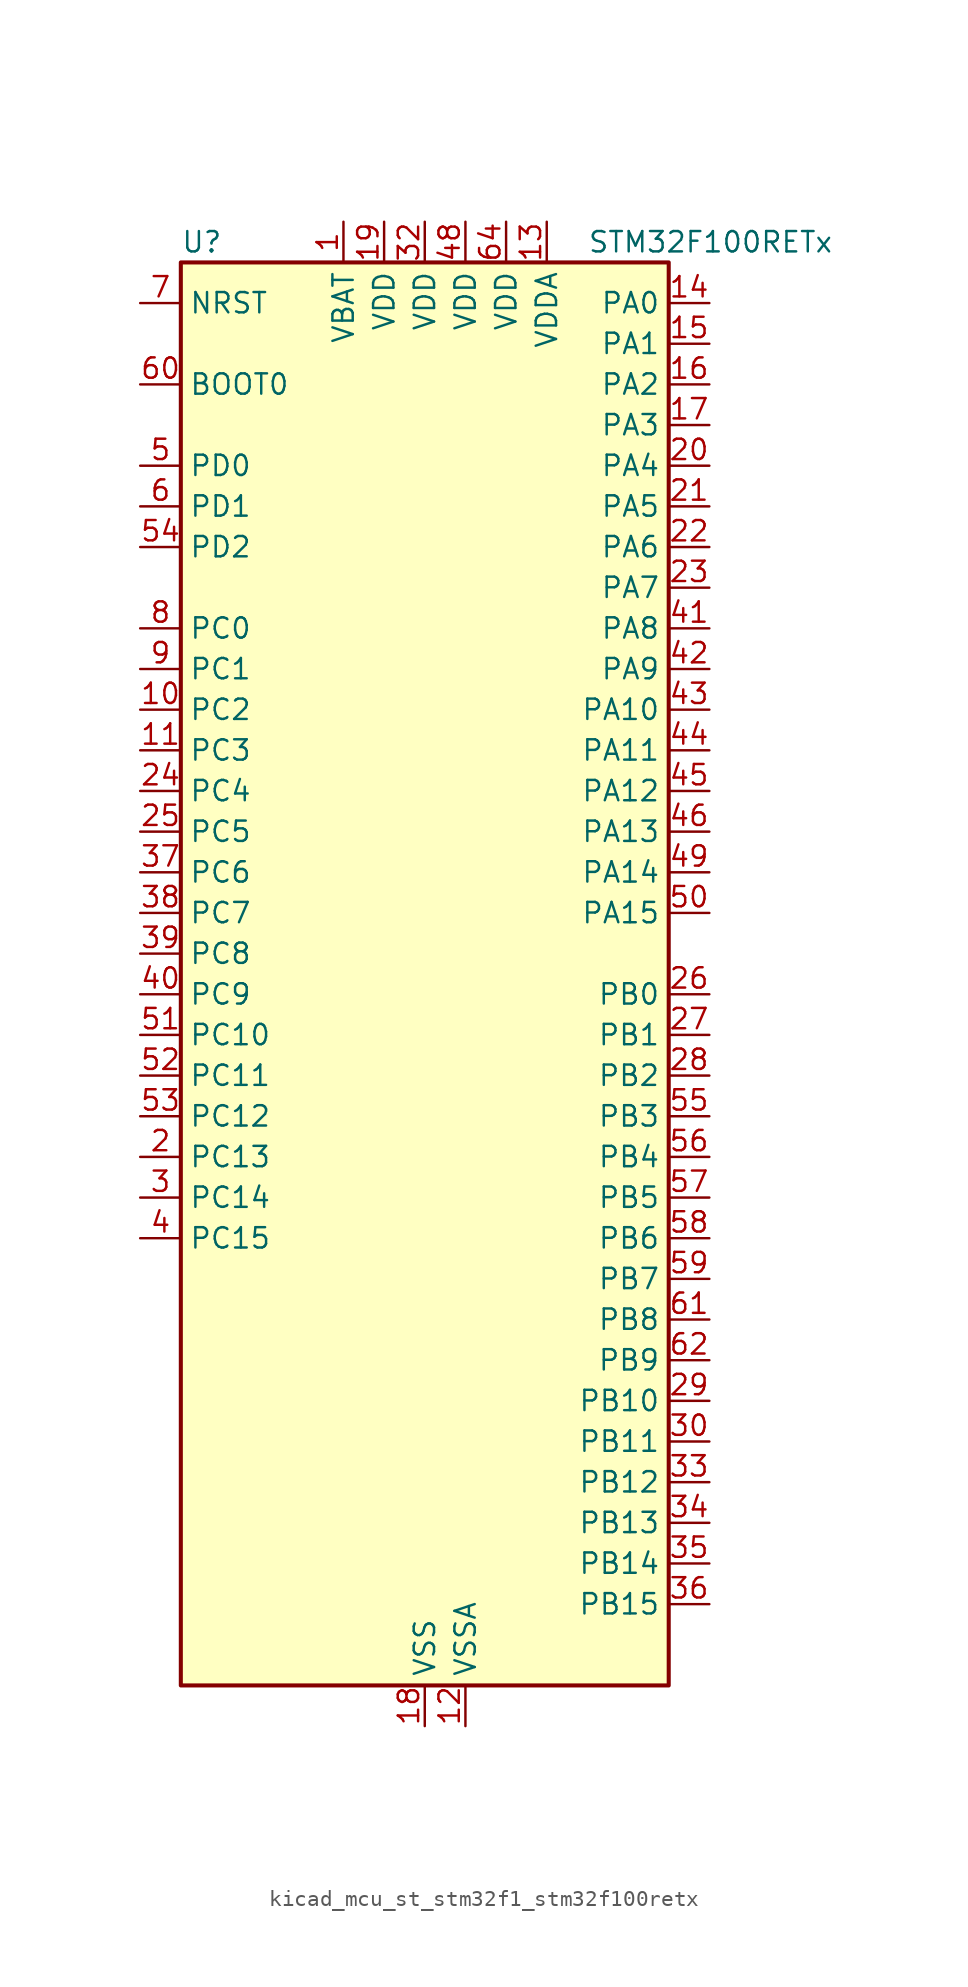
<source format=kicad_sym>
(kicad_symbol_lib
  (version 20220914)
  (generator kicad_symbol_editor)
  (symbol "kicad_mcu_st_stm32f1_stm32f100retx"
    (property "Reference" "U"
      (at -15.24 46.99 0)
      (effects (font (size 1.27 1.27)) (justify left)))
    (property "Value" "STM32F100RETx"
      (at 10.16 46.99 0)
      (effects (font (size 1.27 1.27)) (justify left)))
    (property "ki_locked" ""
      (at 0 0 0)
      (effects (font (size 1.27 1.27))))
    (symbol "kicad_mcu_st_stm32f1_stm32f100retx_0_1"
      (rectangle (start -15.24 -43.18) (end 15.24 45.72) (stroke (width 0.254) (type default)) (fill (type background))))
    (symbol "kicad_mcu_st_stm32f1_stm32f100retx_1_1"
      (pin power_in line (at -5.08 48.26 270) (length 2.54) (name "VBAT" (effects (font (size 1.27 1.27)))) (number "1" (effects (font (size 1.27 1.27)))))
      (pin bidirectional line (at -17.78 17.78 0) (length 2.54) (name "PC2" (effects (font (size 1.27 1.27)))) (number "10" (effects (font (size 1.27 1.27)))) (alternate "ADC1_IN12" bidirectional line))
      (pin bidirectional line (at -17.78 15.24 0) (length 2.54) (name "PC3" (effects (font (size 1.27 1.27)))) (number "11" (effects (font (size 1.27 1.27)))) (alternate "ADC1_IN13" bidirectional line))
      (pin power_in line (at 2.54 -45.72 90) (length 2.54) (name "VSSA" (effects (font (size 1.27 1.27)))) (number "12" (effects (font (size 1.27 1.27)))))
      (pin power_in line (at 7.62 48.26 270) (length 2.54) (name "VDDA" (effects (font (size 1.27 1.27)))) (number "13" (effects (font (size 1.27 1.27)))))
      (pin bidirectional line (at 17.78 43.18 180) (length 2.54) (name "PA0" (effects (font (size 1.27 1.27)))) (number "14" (effects (font (size 1.27 1.27)))) (alternate "ADC1_IN0" bidirectional line) (alternate "SYS_WKUP" bidirectional line) (alternate "TIM2_CH1" bidirectional line) (alternate "TIM2_ETR" bidirectional line) (alternate "TIM5_CH1" bidirectional line) (alternate "USART2_CTS" bidirectional line))
      (pin bidirectional line (at 17.78 40.64 180) (length 2.54) (name "PA1" (effects (font (size 1.27 1.27)))) (number "15" (effects (font (size 1.27 1.27)))) (alternate "ADC1_IN1" bidirectional line) (alternate "TIM2_CH2" bidirectional line) (alternate "TIM5_CH2" bidirectional line) (alternate "USART2_RTS" bidirectional line))
      (pin bidirectional line (at 17.78 38.1 180) (length 2.54) (name "PA2" (effects (font (size 1.27 1.27)))) (number "16" (effects (font (size 1.27 1.27)))) (alternate "ADC1_IN2" bidirectional line) (alternate "TIM15_CH1" bidirectional line) (alternate "TIM2_CH3" bidirectional line) (alternate "TIM5_CH3" bidirectional line) (alternate "USART2_TX" bidirectional line))
      (pin bidirectional line (at 17.78 35.56 180) (length 2.54) (name "PA3" (effects (font (size 1.27 1.27)))) (number "17" (effects (font (size 1.27 1.27)))) (alternate "ADC1_IN3" bidirectional line) (alternate "TIM15_CH2" bidirectional line) (alternate "TIM2_CH4" bidirectional line) (alternate "TIM5_CH4" bidirectional line) (alternate "USART2_RX" bidirectional line))
      (pin power_in line (at 0 -45.72 90) (length 2.54) (name "VSS" (effects (font (size 1.27 1.27)))) (number "18" (effects (font (size 1.27 1.27)))))
      (pin power_in line (at -2.54 48.26 270) (length 2.54) (name "VDD" (effects (font (size 1.27 1.27)))) (number "19" (effects (font (size 1.27 1.27)))))
      (pin bidirectional line (at -17.78 -10.16 0) (length 2.54) (name "PC13" (effects (font (size 1.27 1.27)))) (number "2" (effects (font (size 1.27 1.27)))) (alternate "RTC_OUT" bidirectional line) (alternate "RTC_TAMPER" bidirectional line))
      (pin bidirectional line (at 17.78 33.02 180) (length 2.54) (name "PA4" (effects (font (size 1.27 1.27)))) (number "20" (effects (font (size 1.27 1.27)))) (alternate "ADC1_IN4" bidirectional line) (alternate "DAC_OUT1" bidirectional line) (alternate "SPI1_NSS" bidirectional line) (alternate "USART2_CK" bidirectional line))
      (pin bidirectional line (at 17.78 30.48 180) (length 2.54) (name "PA5" (effects (font (size 1.27 1.27)))) (number "21" (effects (font (size 1.27 1.27)))) (alternate "ADC1_IN5" bidirectional line) (alternate "DAC_OUT2" bidirectional line) (alternate "SPI1_SCK" bidirectional line))
      (pin bidirectional line (at 17.78 27.94 180) (length 2.54) (name "PA6" (effects (font (size 1.27 1.27)))) (number "22" (effects (font (size 1.27 1.27)))) (alternate "ADC1_IN6" bidirectional line) (alternate "SPI1_MISO" bidirectional line) (alternate "TIM16_CH1" bidirectional line) (alternate "TIM1_BKIN" bidirectional line) (alternate "TIM3_CH1" bidirectional line))
      (pin bidirectional line (at 17.78 25.4 180) (length 2.54) (name "PA7" (effects (font (size 1.27 1.27)))) (number "23" (effects (font (size 1.27 1.27)))) (alternate "ADC1_IN7" bidirectional line) (alternate "SPI1_MOSI" bidirectional line) (alternate "TIM17_CH1" bidirectional line) (alternate "TIM1_CH1N" bidirectional line) (alternate "TIM3_CH2" bidirectional line))
      (pin bidirectional line (at -17.78 12.7 0) (length 2.54) (name "PC4" (effects (font (size 1.27 1.27)))) (number "24" (effects (font (size 1.27 1.27)))) (alternate "ADC1_IN14" bidirectional line) (alternate "TIM12_CH1" bidirectional line))
      (pin bidirectional line (at -17.78 10.16 0) (length 2.54) (name "PC5" (effects (font (size 1.27 1.27)))) (number "25" (effects (font (size 1.27 1.27)))) (alternate "ADC1_IN15" bidirectional line) (alternate "TIM12_CH2" bidirectional line))
      (pin bidirectional line (at 17.78 0 180) (length 2.54) (name "PB0" (effects (font (size 1.27 1.27)))) (number "26" (effects (font (size 1.27 1.27)))) (alternate "ADC1_IN8" bidirectional line) (alternate "TIM13_CH1" bidirectional line) (alternate "TIM1_CH2N" bidirectional line) (alternate "TIM3_CH3" bidirectional line))
      (pin bidirectional line (at 17.78 -2.54 180) (length 2.54) (name "PB1" (effects (font (size 1.27 1.27)))) (number "27" (effects (font (size 1.27 1.27)))) (alternate "ADC1_IN9" bidirectional line) (alternate "TIM14_CH1" bidirectional line) (alternate "TIM1_CH3N" bidirectional line) (alternate "TIM3_CH4" bidirectional line))
      (pin bidirectional line (at 17.78 -5.08 180) (length 2.54) (name "PB2" (effects (font (size 1.27 1.27)))) (number "28" (effects (font (size 1.27 1.27)))))
      (pin bidirectional line (at 17.78 -25.4 180) (length 2.54) (name "PB10" (effects (font (size 1.27 1.27)))) (number "29" (effects (font (size 1.27 1.27)))) (alternate "CEC" bidirectional line) (alternate "I2C2_SCL" bidirectional line) (alternate "TIM2_CH3" bidirectional line) (alternate "USART3_TX" bidirectional line))
      (pin bidirectional line (at -17.78 -12.7 0) (length 2.54) (name "PC14" (effects (font (size 1.27 1.27)))) (number "3" (effects (font (size 1.27 1.27)))) (alternate "RCC_OSC32_IN" bidirectional line))
      (pin bidirectional line (at 17.78 -27.94 180) (length 2.54) (name "PB11" (effects (font (size 1.27 1.27)))) (number "30" (effects (font (size 1.27 1.27)))) (alternate "ADC1_EXTI11" bidirectional line) (alternate "I2C2_SDA" bidirectional line) (alternate "TIM2_CH4" bidirectional line) (alternate "USART3_RX" bidirectional line))
      (pin passive line (at 0 -45.72 90) (length 2.54) hide (name "VSS" (effects (font (size 1.27 1.27)))) (number "31" (effects (font (size 1.27 1.27)))))
      (pin power_in line (at 0 48.26 270) (length 2.54) (name "VDD" (effects (font (size 1.27 1.27)))) (number "32" (effects (font (size 1.27 1.27)))))
      (pin bidirectional line (at 17.78 -30.48 180) (length 2.54) (name "PB12" (effects (font (size 1.27 1.27)))) (number "33" (effects (font (size 1.27 1.27)))) (alternate "I2C2_SMBA" bidirectional line) (alternate "SPI2_NSS" bidirectional line) (alternate "TIM12_CH1" bidirectional line) (alternate "TIM1_BKIN" bidirectional line) (alternate "USART3_CK" bidirectional line))
      (pin bidirectional line (at 17.78 -33.02 180) (length 2.54) (name "PB13" (effects (font (size 1.27 1.27)))) (number "34" (effects (font (size 1.27 1.27)))) (alternate "SPI2_SCK" bidirectional line) (alternate "TIM12_CH2" bidirectional line) (alternate "TIM1_CH1N" bidirectional line) (alternate "USART3_CTS" bidirectional line))
      (pin bidirectional line (at 17.78 -35.56 180) (length 2.54) (name "PB14" (effects (font (size 1.27 1.27)))) (number "35" (effects (font (size 1.27 1.27)))) (alternate "SPI2_MISO" bidirectional line) (alternate "TIM15_CH1" bidirectional line) (alternate "TIM1_CH2N" bidirectional line) (alternate "USART3_RTS" bidirectional line))
      (pin bidirectional line (at 17.78 -38.1 180) (length 2.54) (name "PB15" (effects (font (size 1.27 1.27)))) (number "36" (effects (font (size 1.27 1.27)))) (alternate "ADC1_EXTI15" bidirectional line) (alternate "SPI2_MOSI" bidirectional line) (alternate "TIM15_CH1N" bidirectional line) (alternate "TIM15_CH2" bidirectional line) (alternate "TIM1_CH3N" bidirectional line))
      (pin bidirectional line (at -17.78 7.62 0) (length 2.54) (name "PC6" (effects (font (size 1.27 1.27)))) (number "37" (effects (font (size 1.27 1.27)))) (alternate "TIM3_CH1" bidirectional line))
      (pin bidirectional line (at -17.78 5.08 0) (length 2.54) (name "PC7" (effects (font (size 1.27 1.27)))) (number "38" (effects (font (size 1.27 1.27)))) (alternate "TIM3_CH2" bidirectional line))
      (pin bidirectional line (at -17.78 2.54 0) (length 2.54) (name "PC8" (effects (font (size 1.27 1.27)))) (number "39" (effects (font (size 1.27 1.27)))) (alternate "TIM13_CH1" bidirectional line) (alternate "TIM3_CH3" bidirectional line))
      (pin bidirectional line (at -17.78 -15.24 0) (length 2.54) (name "PC15" (effects (font (size 1.27 1.27)))) (number "4" (effects (font (size 1.27 1.27)))) (alternate "ADC1_EXTI15" bidirectional line) (alternate "RCC_OSC32_OUT" bidirectional line))
      (pin bidirectional line (at -17.78 0 0) (length 2.54) (name "PC9" (effects (font (size 1.27 1.27)))) (number "40" (effects (font (size 1.27 1.27)))) (alternate "DAC_EXTI9" bidirectional line) (alternate "TIM14_CH1" bidirectional line) (alternate "TIM3_CH4" bidirectional line))
      (pin bidirectional line (at 17.78 22.86 180) (length 2.54) (name "PA8" (effects (font (size 1.27 1.27)))) (number "41" (effects (font (size 1.27 1.27)))) (alternate "RCC_MCO" bidirectional line) (alternate "TIM1_CH1" bidirectional line) (alternate "USART1_CK" bidirectional line))
      (pin bidirectional line (at 17.78 20.32 180) (length 2.54) (name "PA9" (effects (font (size 1.27 1.27)))) (number "42" (effects (font (size 1.27 1.27)))) (alternate "DAC_EXTI9" bidirectional line) (alternate "TIM15_BKIN" bidirectional line) (alternate "TIM1_CH2" bidirectional line) (alternate "USART1_TX" bidirectional line))
      (pin bidirectional line (at 17.78 17.78 180) (length 2.54) (name "PA10" (effects (font (size 1.27 1.27)))) (number "43" (effects (font (size 1.27 1.27)))) (alternate "TIM17_BKIN" bidirectional line) (alternate "TIM1_CH3" bidirectional line) (alternate "USART1_RX" bidirectional line))
      (pin bidirectional line (at 17.78 15.24 180) (length 2.54) (name "PA11" (effects (font (size 1.27 1.27)))) (number "44" (effects (font (size 1.27 1.27)))) (alternate "ADC1_EXTI11" bidirectional line) (alternate "TIM1_CH4" bidirectional line) (alternate "USART1_CTS" bidirectional line))
      (pin bidirectional line (at 17.78 12.7 180) (length 2.54) (name "PA12" (effects (font (size 1.27 1.27)))) (number "45" (effects (font (size 1.27 1.27)))) (alternate "TIM1_ETR" bidirectional line) (alternate "USART1_RTS" bidirectional line))
      (pin bidirectional line (at 17.78 10.16 180) (length 2.54) (name "PA13" (effects (font (size 1.27 1.27)))) (number "46" (effects (font (size 1.27 1.27)))) (alternate "SYS_JTMS-SWDIO" bidirectional line))
      (pin passive line (at 0 -45.72 90) (length 2.54) hide (name "VSS" (effects (font (size 1.27 1.27)))) (number "47" (effects (font (size 1.27 1.27)))))
      (pin power_in line (at 2.54 48.26 270) (length 2.54) (name "VDD" (effects (font (size 1.27 1.27)))) (number "48" (effects (font (size 1.27 1.27)))))
      (pin bidirectional line (at 17.78 7.62 180) (length 2.54) (name "PA14" (effects (font (size 1.27 1.27)))) (number "49" (effects (font (size 1.27 1.27)))) (alternate "SYS_JTCK-SWCLK" bidirectional line))
      (pin bidirectional line (at -17.78 33.02 0) (length 2.54) (name "PD0" (effects (font (size 1.27 1.27)))) (number "5" (effects (font (size 1.27 1.27)))) (alternate "RCC_OSC_IN" bidirectional line))
      (pin bidirectional line (at 17.78 5.08 180) (length 2.54) (name "PA15" (effects (font (size 1.27 1.27)))) (number "50" (effects (font (size 1.27 1.27)))) (alternate "ADC1_EXTI15" bidirectional line) (alternate "SPI1_NSS" bidirectional line) (alternate "SPI3_NSS" bidirectional line) (alternate "SYS_JTDI" bidirectional line) (alternate "TIM2_CH1" bidirectional line) (alternate "TIM2_ETR" bidirectional line))
      (pin bidirectional line (at -17.78 -2.54 0) (length 2.54) (name "PC10" (effects (font (size 1.27 1.27)))) (number "51" (effects (font (size 1.27 1.27)))) (alternate "UART4_TX" bidirectional line) (alternate "USART3_TX" bidirectional line))
      (pin bidirectional line (at -17.78 -5.08 0) (length 2.54) (name "PC11" (effects (font (size 1.27 1.27)))) (number "52" (effects (font (size 1.27 1.27)))) (alternate "ADC1_EXTI11" bidirectional line) (alternate "UART4_RX" bidirectional line) (alternate "USART3_RX" bidirectional line))
      (pin bidirectional line (at -17.78 -7.62 0) (length 2.54) (name "PC12" (effects (font (size 1.27 1.27)))) (number "53" (effects (font (size 1.27 1.27)))) (alternate "UART5_TX" bidirectional line) (alternate "USART3_CK" bidirectional line))
      (pin bidirectional line (at -17.78 27.94 0) (length 2.54) (name "PD2" (effects (font (size 1.27 1.27)))) (number "54" (effects (font (size 1.27 1.27)))) (alternate "TIM3_ETR" bidirectional line) (alternate "UART5_RX" bidirectional line))
      (pin bidirectional line (at 17.78 -7.62 180) (length 2.54) (name "PB3" (effects (font (size 1.27 1.27)))) (number "55" (effects (font (size 1.27 1.27)))) (alternate "SPI1_SCK" bidirectional line) (alternate "SPI3_SCK" bidirectional line) (alternate "SYS_JTDO-TRACESWO" bidirectional line) (alternate "TIM2_CH2" bidirectional line))
      (pin bidirectional line (at 17.78 -10.16 180) (length 2.54) (name "PB4" (effects (font (size 1.27 1.27)))) (number "56" (effects (font (size 1.27 1.27)))) (alternate "SPI1_MISO" bidirectional line) (alternate "SPI3_MISO" bidirectional line) (alternate "SYS_NJTRST" bidirectional line) (alternate "TIM3_CH1" bidirectional line))
      (pin bidirectional line (at 17.78 -12.7 180) (length 2.54) (name "PB5" (effects (font (size 1.27 1.27)))) (number "57" (effects (font (size 1.27 1.27)))) (alternate "I2C1_SMBA" bidirectional line) (alternate "SPI1_MOSI" bidirectional line) (alternate "SPI3_MOSI" bidirectional line) (alternate "TIM16_BKIN" bidirectional line) (alternate "TIM3_CH2" bidirectional line))
      (pin bidirectional line (at 17.78 -15.24 180) (length 2.54) (name "PB6" (effects (font (size 1.27 1.27)))) (number "58" (effects (font (size 1.27 1.27)))) (alternate "I2C1_SCL" bidirectional line) (alternate "TIM16_CH1N" bidirectional line) (alternate "TIM4_CH1" bidirectional line) (alternate "USART1_TX" bidirectional line))
      (pin bidirectional line (at 17.78 -17.78 180) (length 2.54) (name "PB7" (effects (font (size 1.27 1.27)))) (number "59" (effects (font (size 1.27 1.27)))) (alternate "I2C1_SDA" bidirectional line) (alternate "TIM17_CH1N" bidirectional line) (alternate "TIM4_CH2" bidirectional line) (alternate "USART1_RX" bidirectional line))
      (pin bidirectional line (at -17.78 30.48 0) (length 2.54) (name "PD1" (effects (font (size 1.27 1.27)))) (number "6" (effects (font (size 1.27 1.27)))) (alternate "RCC_OSC_OUT" bidirectional line))
      (pin input line (at -17.78 38.1 0) (length 2.54) (name "BOOT0" (effects (font (size 1.27 1.27)))) (number "60" (effects (font (size 1.27 1.27)))))
      (pin bidirectional line (at 17.78 -20.32 180) (length 2.54) (name "PB8" (effects (font (size 1.27 1.27)))) (number "61" (effects (font (size 1.27 1.27)))) (alternate "CEC" bidirectional line) (alternate "I2C1_SCL" bidirectional line) (alternate "TIM16_CH1" bidirectional line) (alternate "TIM4_CH3" bidirectional line))
      (pin bidirectional line (at 17.78 -22.86 180) (length 2.54) (name "PB9" (effects (font (size 1.27 1.27)))) (number "62" (effects (font (size 1.27 1.27)))) (alternate "DAC_EXTI9" bidirectional line) (alternate "I2C1_SDA" bidirectional line) (alternate "TIM17_CH1" bidirectional line) (alternate "TIM4_CH4" bidirectional line))
      (pin passive line (at 0 -45.72 90) (length 2.54) hide (name "VSS" (effects (font (size 1.27 1.27)))) (number "63" (effects (font (size 1.27 1.27)))))
      (pin power_in line (at 5.08 48.26 270) (length 2.54) (name "VDD" (effects (font (size 1.27 1.27)))) (number "64" (effects (font (size 1.27 1.27)))))
      (pin input line (at -17.78 43.18 0) (length 2.54) (name "NRST" (effects (font (size 1.27 1.27)))) (number "7" (effects (font (size 1.27 1.27)))))
      (pin bidirectional line (at -17.78 22.86 0) (length 2.54) (name "PC0" (effects (font (size 1.27 1.27)))) (number "8" (effects (font (size 1.27 1.27)))) (alternate "ADC1_IN10" bidirectional line))
      (pin bidirectional line (at -17.78 20.32 0) (length 2.54) (name "PC1" (effects (font (size 1.27 1.27)))) (number "9" (effects (font (size 1.27 1.27)))) (alternate "ADC1_IN11" bidirectional line)))))
</source>
